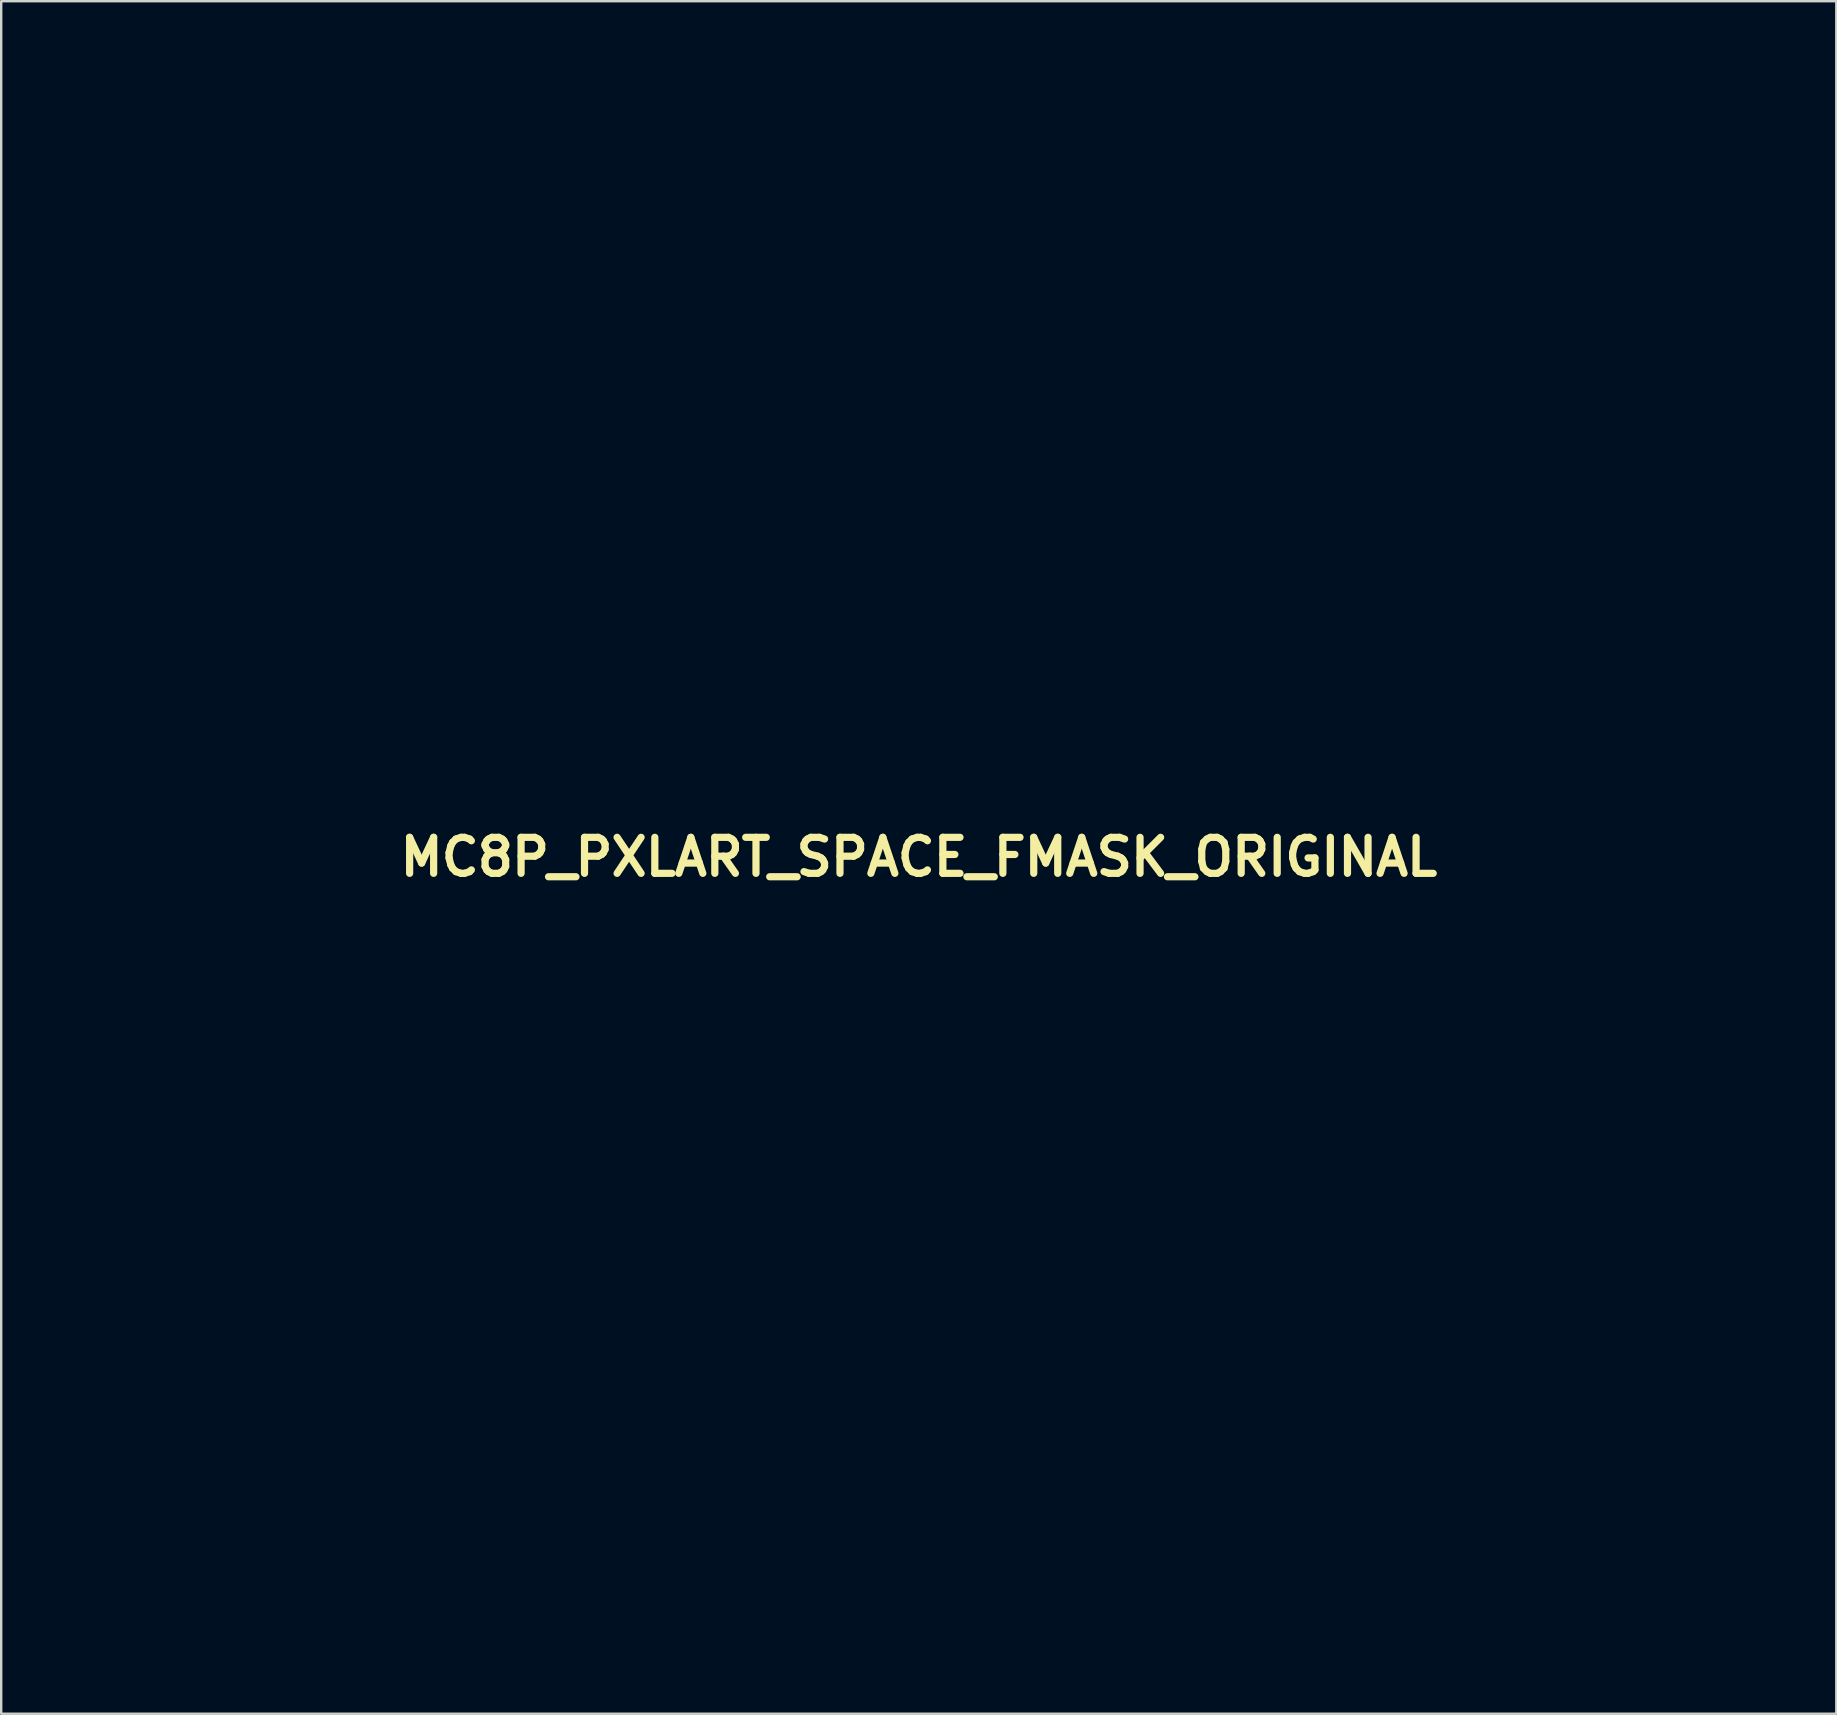
<source format=kicad_pcb>
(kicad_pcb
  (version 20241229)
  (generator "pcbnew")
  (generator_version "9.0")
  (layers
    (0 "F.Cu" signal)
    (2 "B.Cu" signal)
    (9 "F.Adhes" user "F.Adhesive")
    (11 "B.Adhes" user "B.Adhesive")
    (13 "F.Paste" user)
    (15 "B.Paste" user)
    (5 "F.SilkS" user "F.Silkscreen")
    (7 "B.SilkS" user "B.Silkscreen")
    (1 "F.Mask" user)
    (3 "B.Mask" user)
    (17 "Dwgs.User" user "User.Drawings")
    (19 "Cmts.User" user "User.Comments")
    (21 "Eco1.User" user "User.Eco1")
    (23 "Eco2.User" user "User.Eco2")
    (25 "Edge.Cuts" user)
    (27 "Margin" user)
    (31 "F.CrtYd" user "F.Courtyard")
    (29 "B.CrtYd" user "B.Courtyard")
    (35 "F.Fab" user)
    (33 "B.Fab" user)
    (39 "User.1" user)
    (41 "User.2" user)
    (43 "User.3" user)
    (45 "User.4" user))
  (footprint "MC8P_PXLART_SPACE_FMASK_ORIGINAL"
    (layer "F.Cu")
    (at 35.23 32.655)
    (property "Reference" "MC8P_PXLART_SPACE_FMASK_ORIGINAL" (at 0 0 0) (layer "F.SilkS") (effects (font (size 1.5 1.5) (thickness 0.3))))
    (attr board_only exclude_from_pos_files exclude_from_bom)
    (fp_poly (pts (xy -24.638 4.699) (xy -24.638 5.165) (xy -25.104 5.165) (xy -25.569 5.165) (xy -25.569 4.699) (xy -25.569 4.233) (xy -25.104 4.233) (xy -24.638 4.233)) (stroke (width 0) (type solid)) (fill yes) (layer "F.Mask"))
    (fp_poly (pts (xy -5.757 -26.374) (xy -5.757 -25.908) (xy -6.265 -25.908) (xy -6.773 -25.908) (xy -6.773 -26.374) (xy -6.773 -26.839) (xy -6.261 -26.839) (xy -5.757 -26.839)) (stroke (width 0) (type solid)) (fill yes) (layer "F.Mask"))
    (fp_poly (pts (xy -1.947 -26.374) (xy -1.947 -25.908) (xy -2.413 -25.908) (xy -2.879 -25.908) (xy -2.879 -26.374) (xy -2.879 -26.839) (xy -2.413 -26.839) (xy -1.947 -26.839)) (stroke (width 0) (type solid)) (fill yes) (layer "F.Mask"))
    (fp_poly (pts (xy -0.931 -17.653) (xy -0.931 -17.187) (xy -1.905 -17.187) (xy -2.879 -17.187) (xy -2.879 -17.653) (xy -2.879 -18.119) (xy -1.905 -18.119) (xy -0.931 -18.119)) (stroke (width 0) (type solid)) (fill yes) (layer "F.Mask"))
    (fp_poly (pts (xy 1.947 -14.309) (xy 1.947 -13.377) (xy 1.439 -13.377) (xy 0.931 -13.377) (xy 0.931 -14.309) (xy 0.931 -15.24) (xy 1.439 -15.24) (xy 1.947 -15.24)) (stroke (width 0) (type solid)) (fill yes) (layer "F.Mask"))
    (fp_poly (pts (xy 4.826 -28.321) (xy 4.826 -27.855) (xy 4.36 -27.855) (xy 3.895 -27.855) (xy 3.895 -28.321) (xy 3.895 -28.787) (xy 4.36 -28.787) (xy 4.826 -28.787)) (stroke (width 0) (type solid)) (fill yes) (layer "F.Mask"))
    (fp_poly (pts (xy 4.826 -22.521) (xy 4.826 -22.013) (xy 4.36 -22.013) (xy 3.895 -22.013) (xy 3.895 -22.521) (xy 3.895 -23.029) (xy 4.36 -23.029) (xy 4.826 -23.029)) (stroke (width 0) (type solid)) (fill yes) (layer "F.Mask"))
    (fp_poly (pts (xy 5.758 -17.674) (xy 5.757 -17.187) (xy 4.826 -17.187) (xy 3.895 -17.187) (xy 3.895 -17.648) (xy 3.895 -18.108) (xy 4.826 -18.135) (xy 5.758 -18.161)) (stroke (width 0) (type solid)) (fill yes) (layer "F.Mask"))
    (fp_poly (pts (xy 7.705 -25.4) (xy 7.705 -24.892) (xy 7.239 -24.892) (xy 6.773 -24.892) (xy 6.773 -25.4) (xy 6.773 -25.908) (xy 7.239 -25.908) (xy 7.705 -25.908)) (stroke (width 0) (type solid)) (fill yes) (layer "F.Mask"))
    (fp_poly (pts (xy 26.501 -20.616) (xy 26.501 -18.203) (xy 26.035 -18.203) (xy 25.569 -18.203) (xy 25.569 -20.624) (xy 25.569 -23.029) (xy 26.035 -23.029) (xy 26.501 -23.029)) (stroke (width 0) (type solid)) (fill yes) (layer "F.Mask"))
    (fp_poly (pts (xy -20.743 -23.499) (xy -20.743 -23.038) (xy -21.188 -23.013) (xy -21.632 -22.987) (xy -21.675 -22.521) (xy -21.717 -22.056) (xy -22.204 -22.03) (xy -22.691 -22.005) (xy -22.691 -22.983) (xy -22.691 -23.961) (xy -21.717 -23.961) (xy -20.743 -23.961)) (stroke (width 0) (type solid)) (fill yes) (layer "F.Mask"))
    (fp_poly (pts (xy -14.986 -19.135) (xy -14.986 -18.203) (xy -15.452 -18.203) (xy -15.917 -18.203) (xy -15.917 -17.695) (xy -15.917 -17.187) (xy -16.891 -17.187) (xy -17.865 -17.187) (xy -17.865 -18.627) (xy -17.865 -20.066) (xy -16.425 -20.066) (xy -14.986 -20.066)) (stroke (width 0) (type solid)) (fill yes) (layer "F.Mask"))
    (fp_poly (pts (xy 1.947 -25.404) (xy 1.947 -24.892) (xy 1.479 -24.892) (xy 1.16 -24.912) (xy 0.993 -24.972) (xy 0.966 -25.009) (xy 0.943 -25.163) (xy 0.942 -25.406) (xy 0.947 -25.496) (xy 0.974 -25.866) (xy 1.46 -25.891) (xy 1.947 -25.916)) (stroke (width 0) (type solid)) (fill yes) (layer "F.Mask"))
    (fp_poly (pts (xy 16.188 15.05) (xy 16.214 15.536) (xy 17.166 15.56) (xy 18.119 15.584) (xy 18.119 16.047) (xy 18.119 16.51) (xy 16.679 16.51) (xy 15.24 16.51) (xy 15.24 15.536) (xy 15.24 14.563) (xy 15.706 14.563) (xy 16.163 14.563)) (stroke (width 0) (type solid)) (fill yes) (layer "F.Mask"))
    (fp_poly (pts (xy 21.929 15.536) (xy 21.929 16.51) (xy 20.489 16.51) (xy 19.05 16.51) (xy 19.05 16.047) (xy 19.05 15.584) (xy 20.003 15.56) (xy 20.955 15.536) (xy 20.98 15.05) (xy 21.006 14.563) (xy 21.463 14.563) (xy 21.929 14.563)) (stroke (width 0) (type solid)) (fill yes) (layer "F.Mask"))
    (fp_poly (pts (xy -26.501 14.555) (xy -26.501 15.478) (xy -26.974 15.507) (xy -27.238 15.517) (xy -27.425 15.513) (xy -27.482 15.501) (xy -27.496 15.407) (xy -27.507 15.18) (xy -27.515 14.856) (xy -27.517 14.549) (xy -27.517 13.631) (xy -27.009 13.631) (xy -26.501 13.631)) (stroke (width 0) (type solid)) (fill yes) (layer "F.Mask"))
    (fp_poly (pts (xy 1.947 -21.04) (xy 1.947 -20.066) (xy 1.496 -20.066) (xy 1.232 -20.076) (xy 1.043 -20.101) (xy 0.988 -20.122) (xy 0.965 -20.225) (xy 0.946 -20.46) (xy 0.935 -20.79) (xy 0.931 -21.096) (xy 0.931 -22.013) (xy 1.439 -22.013) (xy 1.947 -22.013)) (stroke (width 0) (type solid)) (fill yes) (layer "F.Mask"))
    (fp_poly (pts (xy -5.74 -28.3) (xy -5.715 -27.813) (xy -5.271 -27.787) (xy -4.826 -27.762) (xy -4.826 -27.296) (xy -4.826 -26.839) (xy -5.292 -26.839) (xy -5.749 -26.839) (xy -5.774 -27.326) (xy -5.8 -27.813) (xy -6.752 -27.837) (xy -7.705 -27.861) (xy -7.705 -28.324) (xy -7.705 -28.787) (xy -6.731 -28.787) (xy -5.766 -28.787)) (stroke (width 0) (type solid)) (fill yes) (layer "F.Mask"))
    (fp_poly (pts (xy 17.865 -24.426) (xy 17.865 -23.961) (xy 16.891 -23.961) (xy 15.917 -23.961) (xy 15.917 -22.983) (xy 15.917 -22.013) (xy 15.452 -22.013) (xy 14.986 -22.013) (xy 14.986 -22.987) (xy 14.986 -23.961) (xy 15.452 -23.961) (xy 15.917 -23.961) (xy 15.917 -24.426) (xy 15.917 -24.892) (xy 16.891 -24.892) (xy 17.865 -24.892)) (stroke (width 0) (type solid)) (fill yes) (layer "F.Mask"))
    (fp_poly (pts (xy 18.796 -22.987) (xy 18.796 -22.013) (xy 18.33 -22.013) (xy 17.865 -22.013) (xy 17.865 -21.548) (xy 17.865 -21.082) (xy 16.891 -21.082) (xy 15.917 -21.082) (xy 15.917 -21.548) (xy 15.917 -22.005) (xy 16.404 -22.03) (xy 16.891 -22.056) (xy 16.899 -22.521) (xy 16.906 -22.987) (xy 17.386 -23.012) (xy 17.865 -23.038) (xy 17.865 -23.499) (xy 17.865 -23.961) (xy 18.33 -23.961) (xy 18.796 -23.961)) (stroke (width 0) (type solid)) (fill yes) (layer "F.Mask"))
    (fp_poly (pts (xy -0.931 -14.774) (xy -0.931 -14.309) (xy -0.466 -14.309) (xy 0 -14.309) (xy 0 -13.843) (xy 0 -13.377) (xy -0.466 -13.377) (xy -0.931 -13.377) (xy -0.931 -12.869) (xy -0.931 -12.361) (xy -1.439 -12.361) (xy -1.947 -12.361) (xy -1.947 -12.869) (xy -1.947 -13.377) (xy -2.413 -13.377) (xy -2.879 -13.377) (xy -2.879 -13.843) (xy -2.879 -14.309) (xy -2.413 -14.309) (xy -1.947 -14.309) (xy -1.947 -14.774) (xy -1.947 -15.24) (xy -1.439 -15.24) (xy -0.931 -15.24)) (stroke (width 0) (type solid)) (fill yes) (layer "F.Mask"))
    (fp_poly (pts (xy 4.826 -26.374) (xy 4.826 -25.908) (xy 5.292 -25.908) (xy 5.757 -25.908) (xy 5.757 -25.4) (xy 5.757 -24.892) (xy 5.292 -24.892) (xy 4.826 -24.892) (xy 4.826 -24.426) (xy 4.826 -23.961) (xy 4.36 -23.961) (xy 3.895 -23.961) (xy 3.895 -24.426) (xy 3.895 -24.892) (xy 3.387 -24.892) (xy 2.879 -24.892) (xy 2.879 -25.4) (xy 2.879 -25.908) (xy 3.387 -25.908) (xy 3.895 -25.908) (xy 3.895 -26.374) (xy 3.895 -26.839) (xy 4.36 -26.839) (xy 4.826 -26.839)) (stroke (width 0) (type solid)) (fill yes) (layer "F.Mask"))
    (fp_poly (pts (xy 28.465 15.05) (xy 28.49 15.536) (xy 28.96 15.579) (xy 29.43 15.621) (xy 29.453 16.066) (xy 29.477 16.51) (xy 28.967 16.51) (xy 28.456 16.51) (xy 28.431 16.023) (xy 28.406 15.536) (xy 27.982 15.536) (xy 27.559 15.536) (xy 27.534 16.023) (xy 27.508 16.51) (xy 27.004 16.51) (xy 26.501 16.51) (xy 26.501 16.049) (xy 26.501 15.587) (xy 26.988 15.562) (xy 27.474 15.536) (xy 27.5 15.05) (xy 27.525 14.563) (xy 27.987 14.563) (xy 28.44 14.563)) (stroke (width 0) (type solid)) (fill yes) (layer "F.Mask"))
    (fp_poly (pts (xy 34.29 15.071) (xy 34.29 15.579) (xy 34.756 15.579) (xy 35.221 15.579) (xy 35.221 16.044) (xy 35.221 16.51) (xy 34.76 16.51) (xy 34.298 16.51) (xy 34.273 16.023) (xy 34.248 15.536) (xy 33.782 15.536) (xy 33.316 15.536) (xy 33.291 16.023) (xy 33.266 16.51) (xy 32.804 16.51) (xy 32.343 16.51) (xy 32.343 16.049) (xy 32.343 15.588) (xy 32.787 15.562) (xy 33.232 15.536) (xy 33.257 15.05) (xy 33.282 14.563) (xy 33.782 14.563) (xy 34.29 14.563)) (stroke (width 0) (type solid)) (fill yes) (layer "F.Mask"))
    (fp_poly (pts (xy -3.895 -31.187) (xy -3.895 -29.718) (xy -4.36 -29.718) (xy -4.826 -29.718) (xy -4.826 -29.252) (xy -4.826 -28.787) (xy -5.296 -28.787) (xy -5.757 -28.787) (xy -5.757 -29.248) (xy -5.757 -29.71) (xy -6.244 -29.735) (xy -6.731 -29.76) (xy -6.731 -30.226) (xy -6.731 -30.692) (xy -6.265 -30.692) (xy -5.8 -30.692) (xy -5.774 -30.205) (xy -5.749 -29.718) (xy -5.287 -29.718) (xy -4.826 -29.718) (xy -4.826 -31.157) (xy -4.825 -31.684) (xy -4.819 -32.065) (xy -4.807 -32.324) (xy -4.785 -32.483) (xy -4.753 -32.567) (xy -4.706 -32.598) (xy -4.678 -32.602) (xy -4.496 -32.611) (xy -4.245 -32.628) (xy -4.212 -32.631) (xy -3.895 -32.655)) (stroke (width 0) (type solid)) (fill yes) (layer "F.Mask"))
    (fp_poly (pts (xy -9.652 -10.922) (xy -9.652 -10.414) (xy -9.165 -10.414) (xy -8.678 -10.414) (xy -8.707 -9.948) (xy -8.736 -9.483) (xy -9.194 -9.483) (xy -9.652 -9.483) (xy -9.652 -9.017) (xy -9.652 -8.551) (xy -10.118 -8.551) (xy -10.583 -8.551) (xy -10.583 -9.017) (xy -10.583 -9.483) (xy -11.091 -9.483) (xy -11.599 -9.483) (xy -11.599 -9.944) (xy -11.599 -9.948) (xy -10.583 -9.948) (xy -10.583 -9.483) (xy -10.118 -9.483) (xy -9.652 -9.483) (xy -9.652 -9.948) (xy -9.652 -10.414) (xy -10.118 -10.414) (xy -10.583 -10.414) (xy -10.583 -9.948) (xy -11.599 -9.948) (xy -11.599 -10.406) (xy -11.113 -10.431) (xy -10.626 -10.456) (xy -10.6 -10.943) (xy -10.575 -11.43) (xy -10.113 -11.43) (xy -9.652 -11.43)) (stroke (width 0) (type solid)) (fill yes) (layer "F.Mask"))
    (fp_poly (pts (xy 1.947 -18.627) (xy 1.947 -18.119) (xy 2.413 -18.119) (xy 2.879 -18.119) (xy 2.879 -17.653) (xy 2.879 -17.187) (xy 2.413 -17.187) (xy 1.956 -17.187) (xy 1.93 -17.674) (xy 1.905 -18.161) (xy 1.439 -18.161) (xy 0.974 -18.161) (xy 0.947 -17.791) (xy 0.937 -17.479) (xy 0.985 -17.297) (xy 1.122 -17.212) (xy 1.38 -17.188) (xy 1.483 -17.187) (xy 1.947 -17.187) (xy 1.947 -16.722) (xy 1.947 -16.256) (xy 1.439 -16.256) (xy 0.931 -16.256) (xy 0.931 -16.722) (xy 0.931 -17.187) (xy 0.466 -17.187) (xy 0 -17.187) (xy 0 -17.653) (xy 0 -18.119) (xy 0.466 -18.119) (xy 0.931 -18.119) (xy 0.931 -18.627) (xy 0.931 -19.135) (xy 1.439 -19.135) (xy 1.947 -19.135)) (stroke (width 0) (type solid)) (fill yes) (layer "F.Mask"))
    (fp_poly (pts (xy 22.691 -20.574) (xy 22.691 -20.066) (xy 21.251 -20.066) (xy 19.812 -20.066) (xy 19.812 -18.627) (xy 19.812 -17.187) (xy 20.739 -17.187) (xy 21.666 -17.187) (xy 21.692 -17.67) (xy 21.717 -18.152) (xy 22.204 -18.129) (xy 22.691 -18.106) (xy 22.691 -19.086) (xy 22.691 -20.066) (xy 23.156 -20.066) (xy 23.622 -20.066) (xy 23.622 -18.627) (xy 23.622 -17.187) (xy 23.156 -17.187) (xy 22.691 -17.187) (xy 22.691 -16.722) (xy 22.691 -16.256) (xy 21.251 -16.256) (xy 19.812 -16.256) (xy 19.812 -16.722) (xy 19.812 -17.187) (xy 19.304 -17.187) (xy 18.796 -17.187) (xy 18.796 -18.622) (xy 18.796 -20.058) (xy 19.283 -20.083) (xy 19.77 -20.108) (xy 19.795 -20.595) (xy 19.82 -21.082) (xy 21.256 -21.082) (xy 22.691 -21.082)) (stroke (width 0) (type solid)) (fill yes) (layer "F.Mask"))
    (fp_poly (pts (xy -1.947 -30.226) (xy -1.947 -29.718) (xy -2.413 -29.718) (xy -2.879 -29.718) (xy -2.879 -29.252) (xy -2.879 -28.787) (xy -1.905 -28.787) (xy -0.931 -28.787) (xy -0.931 -28.321) (xy -0.931 -27.855) (xy -1.905 -27.855) (xy -2.879 -27.855) (xy -2.879 -27.347) (xy -2.879 -26.839) (xy -3.387 -26.839) (xy -3.895 -26.839) (xy -3.895 -25.4) (xy -3.895 -23.961) (xy -4.36 -23.961) (xy -4.826 -23.961) (xy -4.826 -25.4) (xy -4.826 -26.831) (xy -4.339 -26.856) (xy -3.852 -26.882) (xy -3.852 -27.305) (xy -3.852 -27.728) (xy -3.387 -27.771) (xy -2.921 -27.813) (xy -2.896 -28.3) (xy -2.87 -28.787) (xy -3.361 -28.787) (xy -3.852 -28.786) (xy -3.823 -29.252) (xy -3.794 -29.718) (xy -3.336 -29.718) (xy -2.879 -29.718) (xy -2.879 -30.226) (xy -2.879 -30.734) (xy -2.413 -30.734) (xy -1.947 -30.734)) (stroke (width 0) (type solid)) (fill yes) (layer "F.Mask"))
    (fp_poly (pts (xy 15.198 11.197) (xy 15.198 11.642) (xy 15.684 11.667) (xy 16.171 11.692) (xy 16.171 11.223) (xy 16.171 10.753) (xy 18.584 10.753) (xy 20.997 10.753) (xy 20.997 11.218) (xy 20.997 11.684) (xy 21.463 11.684) (xy 21.929 11.684) (xy 21.929 11.218) (xy 21.929 10.753) (xy 22.437 10.753) (xy 22.945 10.753) (xy 22.945 11.218) (xy 22.945 11.684) (xy 22.437 11.684) (xy 21.929 11.684) (xy 21.929 12.658) (xy 21.929 13.631) (xy 21.463 13.631) (xy 20.997 13.631) (xy 20.997 14.097) (xy 20.997 14.563) (xy 18.584 14.563) (xy 16.171 14.563) (xy 16.171 14.097) (xy 16.171 13.631) (xy 15.708 13.631) (xy 15.246 13.631) (xy 15.222 12.679) (xy 15.221 12.658) (xy 17.103 12.658) (xy 17.103 13.631) (xy 17.611 13.631) (xy 18.119 13.631) (xy 18.119 12.658) (xy 18.119 12.15) (xy 19.05 12.15) (xy 19.05 12.615) (xy 19.558 12.615) (xy 20.066 12.615) (xy 20.066 12.15) (xy 20.066 11.684) (xy 19.558 11.684) (xy 19.05 11.684) (xy 19.05 12.15) (xy 18.119 12.15) (xy 18.119 11.684) (xy 17.611 11.684) (xy 17.103 11.684) (xy 17.103 12.658) (xy 15.221 12.658) (xy 15.198 11.726) (xy 14.711 11.701) (xy 14.224 11.676) (xy 14.224 11.214) (xy 14.224 10.753) (xy 14.711 10.753) (xy 15.198 10.752)) (stroke (width 0) (type solid)) (fill yes) (layer "F.Mask"))
    (fp_poly (pts (xy 28.465 10.223) (xy 28.49 10.71) (xy 30.882 10.733) (xy 33.274 10.755) (xy 33.274 10.246) (xy 33.274 9.737) (xy 33.782 9.737) (xy 34.29 9.737) (xy 34.29 10.251) (xy 34.29 10.765) (xy 33.803 10.742) (xy 33.316 10.719) (xy 33.291 11.202) (xy 33.266 11.684) (xy 33.778 11.684) (xy 34.29 11.684) (xy 34.29 12.658) (xy 34.29 13.631) (xy 33.782 13.631) (xy 33.274 13.631) (xy 33.274 14.097) (xy 33.274 14.563) (xy 30.861 14.563) (xy 28.448 14.563) (xy 28.448 14.097) (xy 28.448 13.631) (xy 27.982 13.631) (xy 27.517 13.631) (xy 27.517 12.658) (xy 29.464 12.658) (xy 29.464 13.631) (xy 29.93 13.631) (xy 30.395 13.631) (xy 30.395 12.658) (xy 30.395 12.601) (xy 31.327 12.601) (xy 31.332 12.98) (xy 31.345 13.293) (xy 31.364 13.505) (xy 31.383 13.575) (xy 31.493 13.607) (xy 31.715 13.627) (xy 31.891 13.631) (xy 32.343 13.631) (xy 32.343 12.658) (xy 32.343 11.684) (xy 31.835 11.684) (xy 31.327 11.684) (xy 31.327 12.601) (xy 30.395 12.601) (xy 30.395 11.684) (xy 29.93 11.684) (xy 29.464 11.684) (xy 29.464 12.658) (xy 27.517 12.658) (xy 27.517 11.684) (xy 27.987 11.684) (xy 28.456 11.684) (xy 28.431 11.201) (xy 28.406 10.717) (xy 27.961 10.741) (xy 27.517 10.765) (xy 27.517 10.251) (xy 27.517 9.737) (xy 27.978 9.737) (xy 28.44 9.737)) (stroke (width 0) (type solid)) (fill yes) (layer "F.Mask"))
    (fp_poly (pts (xy 6.773 11.218) (xy 6.773 11.684) (xy 7.239 11.684) (xy 7.705 11.684) (xy 7.705 12.15) (xy 7.705 12.615) (xy 8.678 12.615) (xy 9.652 12.615) (xy 9.652 12.15) (xy 9.652 11.684) (xy 10.118 11.684) (xy 10.583 11.684) (xy 10.583 12.658) (xy 10.583 13.631) (xy 10.118 13.631) (xy 9.652 13.631) (xy 9.652 14.097) (xy 9.652 14.563) (xy 9.186 14.563) (xy 8.721 14.563) (xy 8.721 15.536) (xy 8.721 16.51) (xy 7.747 16.51) (xy 6.773 16.51) (xy 6.773 16.044) (xy 6.773 15.579) (xy 7.239 15.579) (xy 7.705 15.579) (xy 7.705 15.068) (xy 7.705 14.557) (xy 6.752 14.581) (xy 5.8 14.605) (xy 5.776 15.557) (xy 5.752 16.51) (xy 4.823 16.51) (xy 3.895 16.51) (xy 3.895 16.044) (xy 3.895 15.579) (xy 4.36 15.579) (xy 4.826 15.579) (xy 4.826 15.071) (xy 4.826 14.563) (xy 3.852 14.563) (xy 2.879 14.563) (xy 2.879 14.097) (xy 2.879 13.631) (xy 3.852 13.631) (xy 4.826 13.631) (xy 4.826 13.123) (xy 4.826 12.624) (xy 5.313 12.598) (xy 5.8 12.573) (xy 5.8 12.15) (xy 5.8 11.726) (xy 5.313 11.701) (xy 4.826 11.676) (xy 4.826 12.15) (xy 4.826 12.615) (xy 3.387 12.615) (xy 1.947 12.615) (xy 1.947 12.15) (xy 1.947 11.684) (xy 2.921 11.684) (xy 3.895 11.684) (xy 3.895 11.218) (xy 3.895 10.753) (xy 5.334 10.753) (xy 6.773 10.753)) (stroke (width 0) (type solid)) (fill yes) (layer "F.Mask"))
    (fp_poly (pts (xy -13.039 21.542) (xy -13.039 22.002) (xy -12.129 22.029) (xy -11.723 22.036) (xy -11.202 22.04) (xy -10.619 22.038) (xy -10.027 22.033) (xy -9.716 22.028) (xy -8.213 22) (xy -8.213 21.541) (xy -8.213 21.082) (xy -7.747 21.082) (xy -7.281 21.082) (xy -7.281 21.543) (xy -7.281 22.004) (xy -7.726 22.03) (xy -8.17 22.056) (xy -8.193 23.516) (xy -8.217 24.977) (xy -8.68 24.977) (xy -9.144 24.977) (xy -9.144 25.442) (xy -9.144 25.908) (xy -8.213 25.908) (xy -7.281 25.908) (xy -7.281 27.855) (xy -7.281 29.803) (xy -7.747 29.803) (xy -8.213 29.803) (xy -8.213 28.829) (xy -8.213 27.855) (xy -8.678 27.855) (xy -9.144 27.855) (xy -9.144 30.273) (xy -9.144 32.69) (xy -9.631 32.664) (xy -10.118 32.639) (xy -10.141 31.221) (xy -10.164 29.803) (xy -10.628 29.803) (xy -11.091 29.803) (xy -11.091 31.242) (xy -11.091 32.681) (xy -11.557 32.681) (xy -12.023 32.681) (xy -12.023 30.268) (xy -12.023 27.855) (xy -12.531 27.855) (xy -13.039 27.855) (xy -13.039 28.829) (xy -13.039 29.803) (xy -13.504 29.803) (xy -13.97 29.803) (xy -13.97 27.855) (xy -13.97 25.908) (xy -12.996 25.908) (xy -12.023 25.908) (xy -12.023 25.442) (xy -12.023 24.977) (xy -12.529 24.977) (xy -13.035 24.977) (xy -13.058 23.516) (xy -13.058 23.495) (xy -12.023 23.495) (xy -12.023 23.961) (xy -10.583 23.961) (xy -9.144 23.961) (xy -9.144 23.495) (xy -9.144 23.029) (xy -10.583 23.029) (xy -12.023 23.029) (xy -12.023 23.495) (xy -13.058 23.495) (xy -13.081 22.056) (xy -13.525 22.03) (xy -13.97 22.004) (xy -13.97 21.543) (xy -13.97 21.082) (xy -13.504 21.082) (xy -13.039 21.082)) (stroke (width 0) (type solid)) (fill yes) (layer "F.Mask"))
    (fp_poly (pts (xy 32.343 22.056) (xy 32.343 23.029) (xy 32.808 23.029) (xy 33.274 23.029) (xy 33.274 25.908) (xy 33.274 28.787) (xy 33.782 28.787) (xy 34.29 28.787) (xy 34.29 29.295) (xy 34.29 29.803) (xy 34.756 29.803) (xy 35.221 29.803) (xy 35.221 31.242) (xy 35.221 32.681) (xy 34.76 32.681) (xy 34.298 32.681) (xy 34.273 32.194) (xy 34.248 31.708) (xy 33.761 31.682) (xy 33.274 31.657) (xy 33.274 31.195) (xy 33.274 30.734) (xy 32.808 30.734) (xy 32.343 30.734) (xy 32.343 31.712) (xy 32.343 32.69) (xy 31.856 32.664) (xy 31.369 32.639) (xy 31.345 31.686) (xy 31.321 30.734) (xy 30.858 30.734) (xy 30.395 30.734) (xy 30.395 31.2) (xy 30.395 31.665) (xy 29.93 31.665) (xy 29.464 31.665) (xy 29.464 32.173) (xy 29.464 32.681) (xy 28.956 32.681) (xy 28.448 32.681) (xy 28.448 31.246) (xy 28.448 29.811) (xy 28.935 29.786) (xy 29.422 29.76) (xy 29.447 29.273) (xy 29.472 28.787) (xy 29.934 28.787) (xy 30.395 28.787) (xy 30.395 27.564) (xy 31.333 27.564) (xy 31.38 27.745) (xy 31.517 27.83) (xy 31.775 27.855) (xy 31.879 27.855) (xy 32.351 27.855) (xy 32.326 27.369) (xy 32.3 26.882) (xy 31.835 26.882) (xy 31.369 26.882) (xy 31.342 27.251) (xy 31.333 27.564) (xy 30.395 27.564) (xy 30.395 25.908) (xy 30.395 25.442) (xy 31.327 25.442) (xy 31.327 25.908) (xy 31.835 25.908) (xy 32.343 25.908) (xy 32.343 25.442) (xy 32.343 24.977) (xy 31.835 24.977) (xy 31.327 24.977) (xy 31.327 25.442) (xy 30.395 25.442) (xy 30.395 23.029) (xy 30.861 23.029) (xy 31.327 23.029) (xy 31.327 22.056) (xy 31.327 21.082) (xy 31.835 21.082) (xy 32.343 21.082)) (stroke (width 0) (type solid)) (fill yes) (layer "F.Mask"))
    (fp_poly (pts (xy -19.812 21.543) (xy -19.812 22.005) (xy -19.325 22.03) (xy -18.838 22.056) (xy -18.815 23.516) (xy -18.792 24.977) (xy -19.302 24.977) (xy -19.812 24.977) (xy -19.812 25.442) (xy -19.812 25.908) (xy -18.838 25.908) (xy -17.865 25.908) (xy -17.865 27.855) (xy -17.865 29.803) (xy -18.33 29.803) (xy -18.796 29.803) (xy -18.796 28.829) (xy -18.796 27.855) (xy -19.304 27.855) (xy -19.812 27.855) (xy -19.812 29.756) (xy -19.812 31.657) (xy -19.325 31.682) (xy -18.838 31.708) (xy -18.813 32.194) (xy -18.788 32.681) (xy -19.765 32.681) (xy -20.743 32.681) (xy -20.743 31.242) (xy -20.743 29.803) (xy -21.207 29.803) (xy -21.671 29.803) (xy -21.694 31.221) (xy -21.717 32.639) (xy -22.669 32.663) (xy -23.622 32.687) (xy -23.622 32.176) (xy -23.622 31.665) (xy -23.156 31.665) (xy -22.691 31.665) (xy -22.691 29.76) (xy -22.691 27.855) (xy -23.154 27.855) (xy -23.616 27.855) (xy -23.64 28.808) (xy -23.664 29.76) (xy -24.13 29.76) (xy -24.596 29.76) (xy -24.618 27.834) (xy -24.641 25.908) (xy -23.666 25.908) (xy -22.691 25.908) (xy -22.691 25.442) (xy -22.691 24.977) (xy -23.156 24.977) (xy -23.622 24.977) (xy -23.622 23.495) (xy -22.691 23.495) (xy -22.691 23.961) (xy -22.183 23.961) (xy -21.675 23.961) (xy -21.675 23.495) (xy -20.743 23.495) (xy -20.743 23.961) (xy -20.278 23.961) (xy -19.812 23.961) (xy -19.812 23.495) (xy -19.812 23.029) (xy -20.278 23.029) (xy -20.743 23.029) (xy -20.743 23.495) (xy -21.675 23.495) (xy -21.675 23.029) (xy -22.183 23.029) (xy -22.691 23.029) (xy -22.691 23.495) (xy -23.622 23.495) (xy -23.622 22.013) (xy -23.156 22.013) (xy -22.691 22.013) (xy -22.691 21.548) (xy -22.691 21.082) (xy -21.251 21.082) (xy -19.812 21.082)) (stroke (width 0) (type solid)) (fill yes) (layer "F.Mask"))
    (fp_poly (pts (xy -32.343 21.548) (xy -32.343 22.013) (xy -31.835 22.013) (xy -31.327 22.013) (xy -31.327 21.548) (xy -31.327 21.082) (xy -30.861 21.082) (xy -30.395 21.082) (xy -30.395 21.548) (xy -30.395 22.013) (xy -29.93 22.013) (xy -29.464 22.013) (xy -29.464 23.495) (xy -29.464 24.977) (xy -29.93 24.977) (xy -30.395 24.977) (xy -30.395 25.442) (xy -30.395 25.908) (xy -29.42 25.908) (xy -28.445 25.908) (xy -28.468 27.834) (xy -28.49 29.76) (xy -28.945 29.76) (xy -29.4 29.76) (xy -29.385 28.808) (xy -29.37 27.855) (xy -29.883 27.855) (xy -30.395 27.855) (xy -30.395 29.76) (xy -30.395 31.665) (xy -29.93 31.665) (xy -29.464 31.665) (xy -29.464 32.173) (xy -29.464 32.681) (xy -30.395 32.681) (xy -31.327 32.681) (xy -31.327 31.242) (xy -31.327 29.803) (xy -31.835 29.803) (xy -32.343 29.803) (xy -32.343 31.242) (xy -32.343 32.681) (xy -33.277 32.681) (xy -33.712 32.676) (xy -34.003 32.659) (xy -34.174 32.626) (xy -34.25 32.575) (xy -34.256 32.564) (xy -34.278 32.411) (xy -34.279 32.168) (xy -34.274 32.077) (xy -34.248 31.708) (xy -33.761 31.682) (xy -33.274 31.657) (xy -33.274 29.756) (xy -33.274 27.855) (xy -33.782 27.855) (xy -34.29 27.855) (xy -34.29 28.829) (xy -34.29 29.803) (xy -34.756 29.803) (xy -35.221 29.803) (xy -35.221 27.855) (xy -35.221 25.908) (xy -34.248 25.908) (xy -33.274 25.908) (xy -33.274 25.447) (xy -33.274 24.985) (xy -33.761 24.96) (xy -34.248 24.934) (xy -34.248 23.495) (xy -32.343 23.495) (xy -32.343 23.961) (xy -31.835 23.961) (xy -31.327 23.961) (xy -31.327 23.495) (xy -31.327 23.029) (xy -31.835 23.029) (xy -32.343 23.029) (xy -32.343 23.495) (xy -34.248 23.495) (xy -34.248 22.056) (xy -33.761 22.03) (xy -33.274 22.005) (xy -33.274 21.543) (xy -33.274 21.082) (xy -32.808 21.082) (xy -32.343 21.082)) (stroke (width 0) (type solid)) (fill yes) (layer "F.Mask"))
    (fp_poly (pts (xy 21.675 22.056) (xy 21.675 23.029) (xy 22.183 23.029) (xy 22.691 23.029) (xy 22.691 23.495) (xy 22.691 23.961) (xy 23.155 23.961) (xy 23.62 23.961) (xy 23.642 26.86) (xy 23.664 29.76) (xy 24.151 29.786) (xy 24.638 29.811) (xy 24.638 31.246) (xy 24.638 32.681) (xy 24.13 32.681) (xy 23.622 32.681) (xy 23.622 32.173) (xy 23.622 31.665) (xy 23.156 31.665) (xy 22.691 31.665) (xy 22.691 31.2) (xy 22.691 30.734) (xy 22.183 30.734) (xy 21.675 30.734) (xy 21.675 31.708) (xy 21.675 32.681) (xy 21.209 32.681) (xy 20.743 32.681) (xy 20.743 31.708) (xy 20.743 30.734) (xy 20.278 30.734) (xy 19.812 30.734) (xy 19.812 31.195) (xy 19.812 31.657) (xy 19.325 31.682) (xy 18.838 31.708) (xy 18.813 32.194) (xy 18.788 32.681) (xy 18.326 32.681) (xy 17.865 32.681) (xy 17.865 31.242) (xy 17.865 29.803) (xy 18.33 29.803) (xy 18.796 29.803) (xy 18.796 29.297) (xy 19.812 29.297) (xy 19.812 29.807) (xy 21.23 29.784) (xy 22.648 29.76) (xy 22.674 29.273) (xy 22.699 28.787) (xy 21.256 28.787) (xy 19.812 28.787) (xy 19.812 29.297) (xy 18.796 29.297) (xy 18.796 27.345) (xy 19.812 27.345) (xy 19.812 27.855) (xy 21.256 27.855) (xy 22.699 27.855) (xy 22.674 27.369) (xy 22.648 26.882) (xy 21.23 26.858) (xy 19.812 26.835) (xy 19.812 27.345) (xy 18.796 27.345) (xy 18.796 26.882) (xy 18.796 25.442) (xy 19.812 25.442) (xy 19.812 25.908) (xy 21.251 25.908) (xy 22.691 25.908) (xy 22.691 25.442) (xy 22.691 24.977) (xy 21.251 24.977) (xy 19.812 24.977) (xy 19.812 25.442) (xy 18.796 25.442) (xy 18.796 23.961) (xy 19.304 23.961) (xy 19.812 23.961) (xy 19.812 23.495) (xy 19.812 23.029) (xy 20.278 23.029) (xy 20.743 23.029) (xy 20.743 22.056) (xy 20.743 21.082) (xy 21.209 21.082) (xy 21.675 21.082)) (stroke (width 0) (type solid)) (fill yes) (layer "F.Mask"))
    (fp_poly (pts (xy 13.018 -1.592) (xy 13.504 -1.566) (xy 13.517 -0.635) (xy 13.53 0.296) (xy 14.004 0.322) (xy 14.478 0.347) (xy 14.478 -0.123) (xy 14.478 -0.593) (xy 14.944 -0.593) (xy 15.409 -0.593) (xy 15.409 -0.127) (xy 15.409 0.339) (xy 15.917 0.339) (xy 16.425 0.339) (xy 16.425 -0.635) (xy 16.425 -1.609) (xy 16.891 -1.609) (xy 17.357 -1.609) (xy 17.357 -1.101) (xy 17.357 -0.593) (xy 17.865 -0.593) (xy 18.373 -0.593) (xy 18.373 -0.127) (xy 18.373 0.339) (xy 18.834 0.339) (xy 19.296 0.339) (xy 19.321 0.822) (xy 19.346 1.305) (xy 19.791 1.281) (xy 20.235 1.257) (xy 20.235 1.772) (xy 20.235 2.286) (xy 19.304 2.286) (xy 18.373 2.286) (xy 18.373 2.747) (xy 18.373 3.209) (xy 17.886 3.234) (xy 17.399 3.26) (xy 17.374 3.747) (xy 17.348 4.233) (xy 16.891 4.233) (xy 16.434 4.233) (xy 16.408 3.747) (xy 16.383 3.26) (xy 15.896 3.234) (xy 15.409 3.209) (xy 15.409 4.187) (xy 15.409 5.165) (xy 14.944 5.165) (xy 14.478 5.165) (xy 14.478 4.191) (xy 14.478 3.217) (xy 14.012 3.217) (xy 13.547 3.217) (xy 13.537 3.577) (xy 13.528 3.833) (xy 13.518 4.029) (xy 13.516 4.064) (xy 13.457 4.144) (xy 13.279 4.193) (xy 13.018 4.216) (xy 12.531 4.242) (xy 12.531 3.73) (xy 12.531 3.217) (xy 12.065 3.217) (xy 11.599 3.217) (xy 11.599 2.752) (xy 11.599 2.286) (xy 10.626 2.286) (xy 9.652 2.286) (xy 9.652 1.778) (xy 14.478 1.778) (xy 14.478 2.286) (xy 14.944 2.286) (xy 15.409 2.286) (xy 15.409 1.778) (xy 15.409 1.27) (xy 14.944 1.27) (xy 14.478 1.27) (xy 14.478 1.778) (xy 9.652 1.778) (xy 9.652 1.27) (xy 10.118 1.27) (xy 10.583 1.27) (xy 10.583 0.804) (xy 10.583 0.339) (xy 11.091 0.339) (xy 11.599 0.339) (xy 11.599 -0.127) (xy 11.599 -0.593) (xy 12.065 -0.593) (xy 12.531 -0.593) (xy 12.531 -1.105) (xy 12.531 -1.617)) (stroke (width 0) (type solid)) (fill yes) (layer "F.Mask"))
    (fp_poly (pts (xy 1.439 21.548) (xy 1.439 22.013) (xy 1.905 22.013) (xy 2.371 22.013) (xy 2.371 23.495) (xy 2.371 24.977) (xy 1.905 24.977) (xy 1.439 24.977) (xy 1.439 25.442) (xy 1.439 25.908) (xy 2.413 25.908) (xy 3.387 25.908) (xy 3.387 27.86) (xy 3.387 29.811) (xy 2.91 29.786) (xy 2.434 29.76) (xy 2.449 28.808) (xy 2.465 27.855) (xy 1.952 27.855) (xy 1.439 27.855) (xy 1.439 29.76) (xy 1.439 31.665) (xy 1.672 31.678) (xy 1.949 31.681) (xy 2.138 31.673) (xy 2.266 31.67) (xy 2.336 31.714) (xy 2.365 31.842) (xy 2.371 32.092) (xy 2.371 32.168) (xy 2.371 32.681) (xy 1.439 32.681) (xy 0.508 32.681) (xy 0.508 31.242) (xy 0.508 29.803) (xy 0 29.803) (xy -0.508 29.803) (xy -0.508 31.242) (xy -0.508 32.681) (xy -1.439 32.681) (xy -2.371 32.681) (xy -2.371 32.173) (xy -2.371 31.665) (xy -1.905 31.665) (xy -1.439 31.665) (xy -1.439 29.756) (xy -1.439 27.847) (xy -1.926 27.872) (xy -2.413 27.898) (xy -2.426 28.829) (xy -2.438 29.76) (xy -2.912 29.786) (xy -3.387 29.811) (xy -3.387 27.86) (xy -3.387 25.908) (xy -2.413 25.908) (xy -1.439 25.908) (xy -1.439 25.442) (xy -1.439 24.977) (xy -1.905 24.977) (xy -2.371 24.977) (xy -2.371 23.495) (xy -1.439 23.495) (xy -1.439 23.961) (xy -0.974 23.961) (xy -0.508 23.961) (xy -0.508 24.412) (xy -0.498 24.677) (xy -0.471 24.867) (xy -0.448 24.924) (xy -0.335 24.954) (xy -0.113 24.964) (xy 0.039 24.959) (xy 0.466 24.934) (xy 0.491 24.448) (xy 0.516 23.961) (xy 0.978 23.961) (xy 1.439 23.961) (xy 1.439 23.495) (xy 1.439 23.029) (xy 0.974 23.029) (xy 0.508 23.029) (xy 0.508 23.495) (xy 0.508 23.961) (xy 0 23.961) (xy -0.508 23.961) (xy -0.508 23.495) (xy -0.508 23.029) (xy -0.974 23.029) (xy -1.439 23.029) (xy -1.439 23.495) (xy -2.371 23.495) (xy -2.371 22.013) (xy -1.905 22.013) (xy -1.439 22.013) (xy -1.439 21.548) (xy -1.439 21.082) (xy 0 21.082) (xy 1.439 21.082)) (stroke (width 0) (type solid)) (fill yes) (layer "F.Mask"))
    (fp_poly (pts (xy -32.343 10.245) (xy -32.343 10.753) (xy -31.835 10.753) (xy -31.327 10.753) (xy -31.327 11.218) (xy -31.327 11.684) (xy -30.861 11.684) (xy -30.395 11.684) (xy -30.395 11.223) (xy -30.395 10.761) (xy -29.909 10.736) (xy -29.422 10.71) (xy -29.396 10.223) (xy -29.371 9.737) (xy -28.909 9.737) (xy -28.448 9.737) (xy -28.448 10.245) (xy -28.448 10.753) (xy -28.956 10.753) (xy -29.464 10.753) (xy -29.464 11.218) (xy -29.464 11.684) (xy -28.956 11.684) (xy -28.448 11.684) (xy -28.448 12.15) (xy -28.448 12.615) (xy -27.982 12.615) (xy -27.517 12.615) (xy -27.517 13.123) (xy -27.517 13.631) (xy -27.982 13.631) (xy -28.448 13.631) (xy -28.448 14.093) (xy -28.448 14.554) (xy -28.935 14.58) (xy -29.422 14.605) (xy -29.446 15.557) (xy -29.47 16.51) (xy -29.932 16.51) (xy -30.395 16.51) (xy -30.395 15.536) (xy -30.395 14.563) (xy -30.861 14.563) (xy -31.327 14.563) (xy -31.327 15.536) (xy -31.327 16.51) (xy -31.835 16.51) (xy -32.343 16.51) (xy -32.343 15.536) (xy -32.343 14.563) (xy -32.808 14.563) (xy -33.274 14.563) (xy -33.274 14.097) (xy -33.274 13.631) (xy -33.782 13.631) (xy -34.29 13.631) (xy -34.29 14.584) (xy -34.29 15.536) (xy -34.756 15.507) (xy -35.221 15.478) (xy -35.221 14.555) (xy -35.221 13.631) (xy -34.76 13.631) (xy -34.298 13.631) (xy -34.273 13.145) (xy -34.272 13.123) (xy -32.343 13.123) (xy -32.343 13.64) (xy -31.856 13.614) (xy -31.369 13.589) (xy -31.369 13.123) (xy -30.395 13.123) (xy -30.395 13.64) (xy -29.909 13.614) (xy -29.422 13.589) (xy -29.422 13.123) (xy -29.422 12.658) (xy -29.909 12.632) (xy -30.395 12.607) (xy -30.395 13.123) (xy -31.369 13.123) (xy -31.369 12.658) (xy -31.856 12.632) (xy -32.343 12.607) (xy -32.343 13.123) (xy -34.272 13.123) (xy -34.248 12.658) (xy -33.761 12.632) (xy -33.274 12.607) (xy -33.274 12.145) (xy -33.274 11.684) (xy -32.804 11.684) (xy -32.334 11.684) (xy -32.36 11.197) (xy -32.385 10.71) (xy -32.83 10.71) (xy -33.274 10.71) (xy -33.274 10.223) (xy -33.274 9.737) (xy -32.808 9.737) (xy -32.343 9.737)) (stroke (width 0) (type solid)) (fill yes) (layer "F.Mask"))
    (fp_poly (pts (xy -28.931 -1.589) (xy -26.543 -1.566) (xy -26.518 -1.079) (xy -26.492 -0.593) (xy -26.031 -0.593) (xy -25.569 -0.593) (xy -25.569 -0.127) (xy -25.569 0.339) (xy -25.104 0.339) (xy -24.638 0.339) (xy -24.638 0.804) (xy -24.638 1.27) (xy -23.664 1.27) (xy -22.691 1.27) (xy -22.691 1.778) (xy -22.691 2.286) (xy -23.664 2.286) (xy -24.638 2.286) (xy -24.638 2.752) (xy -24.638 3.217) (xy -25.104 3.217) (xy -25.569 3.217) (xy -25.569 3.725) (xy -25.569 4.233) (xy -27.009 4.233) (xy -28.448 4.233) (xy -28.448 4.699) (xy -28.448 5.165) (xy -28.914 5.165) (xy -29.379 5.165) (xy -29.379 4.699) (xy -29.379 4.233) (xy -30.861 4.233) (xy -32.343 4.233) (xy -32.343 4.699) (xy -32.343 5.165) (xy -32.808 5.165) (xy -33.274 5.165) (xy -33.274 4.699) (xy -33.274 4.233) (xy -32.808 4.233) (xy -32.343 4.233) (xy -32.343 3.725) (xy -32.343 3.217) (xy -32.808 3.217) (xy -33.274 3.217) (xy -33.274 2.752) (xy -33.274 2.286) (xy -32.351 2.286) (xy -31.835 2.286) (xy -31.318 2.286) (xy -31.333 1.995) (xy -29.458 1.995) (xy -29.41 2.176) (xy -29.273 2.261) (xy -29.016 2.285) (xy -28.912 2.286) (xy -28.44 2.286) (xy -28.465 1.799) (xy -28.466 1.778) (xy -26.501 1.778) (xy -26.501 2.286) (xy -26.035 2.286) (xy -25.569 2.286) (xy -25.569 1.778) (xy -25.569 1.27) (xy -26.035 1.27) (xy -26.501 1.27) (xy -26.501 1.778) (xy -28.466 1.778) (xy -28.49 1.312) (xy -28.956 1.312) (xy -29.422 1.312) (xy -29.448 1.682) (xy -29.458 1.995) (xy -31.333 1.995) (xy -31.344 1.799) (xy -31.369 1.312) (xy -31.835 1.312) (xy -32.3 1.312) (xy -32.326 1.799) (xy -32.351 2.286) (xy -33.274 2.286) (xy -34.252 2.286) (xy -35.23 2.286) (xy -35.204 1.802) (xy -35.179 1.318) (xy -34.248 1.315) (xy -33.316 1.312) (xy -33.291 0.826) (xy -33.266 0.339) (xy -32.804 0.339) (xy -32.343 0.339) (xy -32.343 -0.123) (xy -32.343 -0.127) (xy -31.327 -0.127) (xy -31.327 0.339) (xy -28.914 0.339) (xy -26.501 0.339) (xy -26.501 -0.127) (xy -26.501 -0.593) (xy -28.914 -0.593) (xy -31.327 -0.593) (xy -31.327 -0.127) (xy -32.343 -0.127) (xy -32.343 -0.584) (xy -31.856 -0.61) (xy -31.369 -0.635) (xy -31.344 -1.123) (xy -31.318 -1.611)) (stroke (width 0) (type solid)) (fill yes) (layer "F.Mask"))
    (fp_poly (pts (xy -3.641 11.218) (xy -3.641 11.684) (xy -3.133 11.684) (xy -2.625 11.684) (xy -2.625 12.15) (xy -2.625 12.615) (xy -2.159 12.615) (xy -1.693 12.615) (xy -1.693 13.123) (xy -1.693 13.631) (xy -2.159 13.631) (xy -2.625 13.631) (xy -2.625 14.097) (xy -2.625 14.563) (xy -3.137 14.563) (xy -3.649 14.563) (xy -3.624 15.05) (xy -3.598 15.536) (xy -3.111 15.562) (xy -2.625 15.587) (xy -2.625 16.049) (xy -2.625 16.51) (xy -3.133 16.51) (xy -3.641 16.51) (xy -3.641 16.002) (xy -3.641 15.494) (xy -4.106 15.494) (xy -4.572 15.494) (xy -4.572 15.024) (xy -4.572 14.554) (xy -5.059 14.58) (xy -5.546 14.605) (xy -5.57 15.557) (xy -5.594 16.51) (xy -6.056 16.51) (xy -6.519 16.51) (xy -6.519 15.536) (xy -6.519 14.563) (xy -6.985 14.563) (xy -7.451 14.563) (xy -7.451 15.028) (xy -7.45 15.262) (xy -7.471 15.403) (xy -7.547 15.476) (xy -7.712 15.507) (xy -8.001 15.52) (xy -8.128 15.525) (xy -8.424 15.536) (xy -8.45 16.023) (xy -8.475 16.51) (xy -8.937 16.51) (xy -9.398 16.51) (xy -9.398 16.044) (xy -9.398 15.579) (xy -8.932 15.579) (xy -8.467 15.579) (xy -8.467 15.071) (xy -8.467 14.563) (xy -8.932 14.563) (xy -9.398 14.563) (xy -9.398 14.101) (xy -9.398 13.64) (xy -9.885 13.614) (xy -10.372 13.589) (xy -10.372 13.344) (xy -8.461 13.344) (xy -8.416 13.526) (xy -8.286 13.607) (xy -8.044 13.62) (xy -7.938 13.615) (xy -7.493 13.589) (xy -7.493 13.123) (xy -6.519 13.123) (xy -6.519 13.631) (xy -6.054 13.631) (xy -5.588 13.631) (xy -5.588 13.123) (xy -4.572 13.123) (xy -4.572 13.631) (xy -4.106 13.631) (xy -3.641 13.631) (xy -3.641 13.123) (xy -3.641 12.615) (xy -4.106 12.615) (xy -4.572 12.615) (xy -4.572 13.123) (xy -5.588 13.123) (xy -5.588 12.615) (xy -6.054 12.615) (xy -6.519 12.615) (xy -6.519 13.123) (xy -7.493 13.123) (xy -7.493 12.658) (xy -7.959 12.658) (xy -8.424 12.658) (xy -8.451 13.027) (xy -8.461 13.344) (xy -10.372 13.344) (xy -10.372 13.123) (xy -10.372 12.658) (xy -9.885 12.632) (xy -9.398 12.607) (xy -9.398 12.145) (xy -9.398 11.684) (xy -8.932 11.684) (xy -8.467 11.684) (xy -8.467 11.218) (xy -8.467 10.753) (xy -6.054 10.753) (xy -3.641 10.753)) (stroke (width 0) (type solid)) (fill yes) (layer "F.Mask"))
    (fp_poly (pts (xy 2.371 -2.074) (xy 2.371 -1.609) (xy 2.879 -1.609) (xy 3.387 -1.609) (xy 3.387 -0.635) (xy 3.387 0.339) (xy 3.852 0.339) (xy 4.318 0.339) (xy 4.318 -0.127) (xy 4.318 -0.593) (xy 4.826 -0.593) (xy 5.334 -0.593) (xy 5.334 0.339) (xy 5.334 1.27) (xy 5.8 1.27) (xy 6.265 1.27) (xy 6.265 0.8) (xy 6.265 0.33) (xy 6.733 0.356) (xy 7.201 0.381) (xy 7.202 2.582) (xy 7.202 3.186) (xy 7.201 3.74) (xy 7.201 4.222) (xy 7.201 4.606) (xy 7.2 4.867) (xy 7.199 4.974) (xy 7.182 5.084) (xy 7.107 5.141) (xy 6.933 5.162) (xy 6.731 5.165) (xy 6.265 5.165) (xy 6.265 4.191) (xy 6.265 3.217) (xy 5.804 3.217) (xy 5.342 3.217) (xy 5.317 3.704) (xy 5.292 4.191) (xy 4.805 4.216) (xy 4.318 4.242) (xy 4.318 3.264) (xy 4.318 2.286) (xy 3.852 2.286) (xy 3.387 2.286) (xy 3.387 2.747) (xy 3.387 3.209) (xy 2.9 3.234) (xy 2.413 3.26) (xy 2.388 3.747) (xy 2.362 4.233) (xy 1.901 4.233) (xy 1.439 4.233) (xy 1.439 3.725) (xy 1.439 3.217) (xy 0.974 3.217) (xy 0.508 3.217) (xy 0.508 2.752) (xy 0.508 2.286) (xy 0 2.286) (xy -0.508 2.286) (xy -0.508 3.26) (xy -0.508 4.233) (xy -0.974 4.233) (xy -1.439 4.233) (xy -1.439 3.721) (xy -1.439 3.209) (xy -1.926 3.234) (xy -2.413 3.26) (xy -2.437 4.212) (xy -2.461 5.165) (xy -2.924 5.165) (xy -3.387 5.165) (xy -3.387 2.752) (xy -3.387 0.339) (xy -2.921 0.339) (xy -2.455 0.339) (xy -2.455 0.803) (xy -2.448 1.074) (xy -2.413 1.221) (xy -2.333 1.292) (xy -2.255 1.317) (xy -2.027 1.344) (xy -1.769 1.34) (xy -1.482 1.312) (xy -1.458 0.36) (xy -1.434 -0.593) (xy -0.971 -0.593) (xy -0.508 -0.593) (xy -0.508 -0.127) (xy -0.508 0.339) (xy 0 0.339) (xy 0.508 0.339) (xy 1.439 0.339) (xy 1.439 1.27) (xy 1.947 1.27) (xy 2.455 1.27) (xy 2.455 0.339) (xy 2.455 -0.593) (xy 1.947 -0.593) (xy 1.439 -0.593) (xy 1.439 0.339) (xy 0.508 0.339) (xy 0.508 -0.635) (xy 0.508 -1.609) (xy 0.974 -1.609) (xy 1.439 -1.609) (xy 1.439 -2.074) (xy 1.439 -2.54) (xy 1.905 -2.54) (xy 2.371 -2.54)) (stroke (width 0) (type solid)) (fill yes) (layer "F.Mask"))
    (fp_poly (pts (xy -17.848 10.223) (xy -17.822 10.71) (xy -17.335 10.736) (xy -16.849 10.761) (xy -16.849 11.223) (xy -16.849 11.684) (xy -16.383 11.684) (xy -15.917 11.684) (xy -15.917 12.15) (xy -15.917 12.615) (xy -15.452 12.615) (xy -14.986 12.615) (xy -14.986 11.684) (xy -14.986 10.753) (xy -14.478 10.753) (xy -13.97 10.753) (xy -13.97 11.68) (xy -13.97 12.607) (xy -14.457 12.632) (xy -14.944 12.658) (xy -14.969 13.145) (xy -14.994 13.631) (xy -15.456 13.631) (xy -15.917 13.631) (xy -15.917 14.097) (xy -15.917 14.563) (xy -16.383 14.563) (xy -16.849 14.563) (xy -16.849 15.071) (xy -16.849 15.579) (xy -16.383 15.579) (xy -15.917 15.579) (xy -15.917 16.044) (xy -15.917 16.51) (xy -16.383 16.51) (xy -16.849 16.51) (xy -16.849 16.053) (xy -16.862 15.769) (xy -16.925 15.602) (xy -17.073 15.521) (xy -17.341 15.495) (xy -17.491 15.494) (xy -17.865 15.494) (xy -17.865 15.028) (xy -17.865 14.563) (xy -18.33 14.563) (xy -18.796 14.563) (xy -18.796 15.024) (xy -18.796 15.486) (xy -19.283 15.511) (xy -19.77 15.536) (xy -19.795 16.023) (xy -19.82 16.51) (xy -20.282 16.51) (xy -20.743 16.51) (xy -20.743 16.044) (xy -20.743 15.579) (xy -20.278 15.579) (xy -19.812 15.579) (xy -19.812 15.071) (xy -19.812 14.563) (xy -20.278 14.563) (xy -20.743 14.563) (xy -20.743 14.097) (xy -20.743 13.64) (xy -17.873 13.64) (xy -17.382 13.615) (xy -16.891 13.589) (xy -16.891 13.123) (xy -16.891 12.658) (xy -17.357 12.658) (xy -17.822 12.658) (xy -17.848 13.149) (xy -17.873 13.64) (xy -20.743 13.64) (xy -20.743 13.631) (xy -21.205 13.631) (xy -21.666 13.631) (xy -21.681 13.344) (xy -19.806 13.344) (xy -19.761 13.526) (xy -19.632 13.607) (xy -19.389 13.62) (xy -19.284 13.615) (xy -18.838 13.589) (xy -18.838 13.123) (xy -18.838 12.658) (xy -19.304 12.658) (xy -19.77 12.658) (xy -19.796 13.027) (xy -19.806 13.344) (xy -21.681 13.344) (xy -21.692 13.145) (xy -21.717 12.658) (xy -22.204 12.632) (xy -22.691 12.607) (xy -22.691 11.68) (xy -22.691 10.753) (xy -22.183 10.753) (xy -21.675 10.753) (xy -21.675 11.684) (xy -21.675 12.615) (xy -21.209 12.615) (xy -20.743 12.615) (xy -20.743 12.15) (xy -20.743 11.684) (xy -20.278 11.684) (xy -19.812 11.684) (xy -19.812 11.223) (xy -19.812 10.761) (xy -19.325 10.736) (xy -18.838 10.71) (xy -18.813 10.223) (xy -18.788 9.737) (xy -18.33 9.737) (xy -17.873 9.737)) (stroke (width 0) (type solid)) (fill yes) (layer "F.Mask"))
    (fp_poly (pts (xy -9.652 -0.127) (xy -9.652 0.339) (xy -8.678 0.339) (xy -7.705 0.339) (xy -7.705 0.802) (xy -7.705 1.264) (xy -6.752 1.288) (xy -5.8 1.312) (xy -5.774 1.799) (xy -5.749 2.286) (xy -6.727 2.286) (xy -7.705 2.286) (xy -7.705 2.747) (xy -7.705 3.209) (xy -8.191 3.234) (xy -8.678 3.26) (xy -8.704 3.747) (xy -8.729 4.233) (xy -9.191 4.233) (xy -9.652 4.233) (xy -9.652 3.725) (xy -9.652 3.217) (xy -11.091 3.217) (xy -12.531 3.217) (xy -12.531 3.73) (xy -12.531 4.242) (xy -13.018 4.216) (xy -13.504 4.191) (xy -13.477 3.875) (xy -13.459 3.645) (xy -13.464 3.475) (xy -13.516 3.358) (xy -13.636 3.283) (xy -13.846 3.241) (xy -14.167 3.222) (xy -14.622 3.217) (xy -14.992 3.217) (xy -16.425 3.217) (xy -16.425 3.725) (xy -16.425 4.233) (xy -16.891 4.233) (xy -17.357 4.233) (xy -17.357 3.725) (xy -17.357 3.217) (xy -17.822 3.217) (xy -18.288 3.217) (xy -18.298 2.9) (xy -18.307 2.655) (xy -18.318 2.472) (xy -18.319 2.455) (xy -18.354 2.398) (xy -18.464 2.358) (xy -18.676 2.33) (xy -19.016 2.312) (xy -19.283 2.304) (xy -20.235 2.28) (xy -20.235 1.778) (xy -17.357 1.778) (xy -17.357 2.286) (xy -16.891 2.286) (xy -16.425 2.286) (xy -16.425 1.778) (xy -15.409 1.778) (xy -15.409 2.286) (xy -14.944 2.286) (xy -14.478 2.286) (xy -13.555 2.286) (xy -13.039 2.286) (xy -12.522 2.286) (xy -11.608 2.286) (xy -11.091 2.286) (xy -10.575 2.286) (xy -10.6 1.799) (xy -10.601 1.778) (xy -9.652 1.778) (xy -9.652 2.286) (xy -9.186 2.286) (xy -8.721 2.286) (xy -8.721 1.778) (xy -8.721 1.27) (xy -9.186 1.27) (xy -9.652 1.27) (xy -9.652 1.778) (xy -10.601 1.778) (xy -10.626 1.312) (xy -11.091 1.312) (xy -11.557 1.312) (xy -11.582 1.799) (xy -11.608 2.286) (xy -12.522 2.286) (xy -12.548 1.799) (xy -12.573 1.312) (xy -13.039 1.312) (xy -13.504 1.312) (xy -13.53 1.799) (xy -13.555 2.286) (xy -14.478 2.286) (xy -14.478 1.778) (xy -14.478 1.27) (xy -14.944 1.27) (xy -15.409 1.27) (xy -15.409 1.778) (xy -16.425 1.778) (xy -16.425 1.27) (xy -16.891 1.27) (xy -17.357 1.27) (xy -17.357 1.778) (xy -20.235 1.778) (xy -20.235 1.775) (xy -20.235 1.27) (xy -19.283 1.27) (xy -18.33 1.27) (xy -18.33 0.826) (xy -18.33 0.381) (xy -17.378 0.357) (xy -16.425 0.333) (xy -16.425 -0.13) (xy -16.425 -0.593) (xy -13.039 -0.593) (xy -9.652 -0.593)) (stroke (width 0) (type solid)) (fill yes) (layer "F.Mask"))
    (fp_poly (pts (xy -19.283 -27.795) (xy -16.891 -27.777) (xy -16.866 -27.308) (xy -16.84 -26.839) (xy -15.913 -26.839) (xy -14.986 -26.839) (xy -14.986 -26.378) (xy -14.986 -25.916) (xy -14.499 -25.891) (xy -14.012 -25.866) (xy -13.987 -25.379) (xy -13.962 -24.892) (xy -13.5 -24.892) (xy -13.039 -24.892) (xy -13.039 -23.965) (xy -13.039 -23.038) (xy -12.552 -23.012) (xy -12.065 -22.987) (xy -12.043 -20.599) (xy -12.02 -18.212) (xy -12.508 -18.186) (xy -12.996 -18.161) (xy -13.02 -17.209) (xy -13.044 -16.256) (xy -13.503 -16.256) (xy -13.962 -16.256) (xy -13.987 -15.769) (xy -14.012 -15.282) (xy -14.499 -15.257) (xy -14.986 -15.232) (xy -14.986 -14.773) (xy -14.986 -14.314) (xy -15.935 -14.29) (xy -16.884 -14.266) (xy -16.86 -13.822) (xy -16.836 -13.377) (xy -19.255 -13.377) (xy -21.675 -13.377) (xy -21.675 -13.843) (xy -21.675 -14.309) (xy -22.648 -14.309) (xy -23.622 -14.309) (xy -23.622 -14.77) (xy -23.622 -15.232) (xy -24.109 -15.257) (xy -24.596 -15.282) (xy -24.621 -15.769) (xy -24.646 -16.256) (xy -25.108 -16.256) (xy -25.569 -16.256) (xy -25.569 -17.23) (xy -25.569 -18.203) (xy -26.035 -18.203) (xy -26.501 -18.203) (xy -26.501 -20.108) (xy -18.796 -20.108) (xy -18.796 -18.648) (xy -18.796 -17.187) (xy -18.33 -17.187) (xy -17.865 -17.187) (xy -17.865 -16.722) (xy -17.865 -16.256) (xy -16.425 -16.256) (xy -14.986 -16.256) (xy -14.986 -16.722) (xy -14.986 -17.187) (xy -14.476 -17.187) (xy -13.966 -17.187) (xy -13.989 -18.643) (xy -14.012 -20.099) (xy -14.499 -20.076) (xy -14.986 -20.054) (xy -14.986 -20.568) (xy -14.986 -21.082) (xy -16.425 -21.082) (xy -17.865 -21.082) (xy -17.865 -20.566) (xy -17.865 -20.05) (xy -18.33 -20.079) (xy -18.796 -20.108) (xy -26.501 -20.108) (xy -26.501 -20.616) (xy -26.501 -23.029) (xy -26.035 -23.029) (xy -25.569 -23.029) (xy -25.569 -23.961) (xy -23.622 -23.961) (xy -23.622 -22.987) (xy -23.622 -22.013) (xy -23.156 -22.013) (xy -22.691 -22.013) (xy -22.691 -21.548) (xy -22.691 -21.082) (xy -21.717 -21.082) (xy -20.743 -21.082) (xy -20.743 -21.548) (xy -20.743 -22.013) (xy -20.278 -22.013) (xy -19.812 -22.013) (xy -19.812 -22.987) (xy -19.812 -23.961) (xy -20.278 -23.961) (xy -20.743 -23.961) (xy -20.743 -24.426) (xy -20.743 -24.892) (xy -21.717 -24.892) (xy -22.691 -24.892) (xy -22.691 -24.426) (xy -22.691 -23.961) (xy -23.156 -23.961) (xy -23.622 -23.961) (xy -25.569 -23.961) (xy -25.569 -24.892) (xy -25.108 -24.892) (xy -24.646 -24.892) (xy -24.621 -25.379) (xy -24.596 -25.866) (xy -24.109 -25.891) (xy -23.622 -25.916) (xy -23.622 -26.378) (xy -23.622 -26.839) (xy -22.648 -26.839) (xy -21.675 -26.839) (xy -21.675 -27.326) (xy -21.675 -27.813)) (stroke (width 0) (type solid)) (fill yes) (layer "F.Mask"))
    (fp_poly (pts (xy 32.343 -0.127) (xy 32.343 0.339) (xy 28.956 0.339) (xy 25.569 0.339) (xy 25.569 0.804) (xy 25.569 1.27) (xy 25.104 1.27) (xy 24.638 1.27) (xy 24.638 1.778) (xy 24.638 2.286) (xy 28.956 2.286) (xy 33.274 2.286) (xy 33.274 1.778) (xy 33.274 1.27) (xy 32.808 1.27) (xy 32.343 1.27) (xy 32.343 0.804) (xy 32.343 0.339) (xy 32.808 0.339) (xy 33.274 0.339) (xy 33.274 0.804) (xy 33.274 1.27) (xy 33.634 1.28) (xy 33.89 1.289) (xy 34.086 1.298) (xy 34.121 1.301) (xy 34.201 1.36) (xy 34.25 1.537) (xy 34.273 1.799) (xy 34.298 2.286) (xy 34.76 2.286) (xy 35.221 2.286) (xy 35.221 2.752) (xy 35.221 3.217) (xy 34.76 3.217) (xy 34.298 3.217) (xy 34.273 3.704) (xy 34.248 4.191) (xy 33.761 4.216) (xy 33.274 4.242) (xy 33.274 4.703) (xy 33.274 5.165) (xy 28.956 5.165) (xy 24.638 5.165) (xy 24.638 4.703) (xy 24.638 4.242) (xy 24.151 4.216) (xy 23.664 4.191) (xy 23.64 3.725) (xy 24.638 3.725) (xy 24.638 4.233) (xy 25.104 4.233) (xy 25.569 4.233) (xy 25.569 3.946) (xy 26.506 3.946) (xy 26.552 4.128) (xy 26.681 4.209) (xy 26.923 4.222) (xy 27.029 4.217) (xy 27.474 4.191) (xy 27.487 3.946) (xy 28.454 3.946) (xy 28.499 4.128) (xy 28.628 4.209) (xy 28.871 4.222) (xy 28.976 4.217) (xy 29.422 4.191) (xy 29.422 3.725) (xy 30.395 3.725) (xy 30.395 4.233) (xy 30.861 4.233) (xy 31.327 4.233) (xy 31.327 3.725) (xy 32.343 3.725) (xy 32.343 4.233) (xy 32.808 4.233) (xy 33.274 4.233) (xy 33.274 3.725) (xy 33.274 3.217) (xy 32.808 3.217) (xy 32.343 3.217) (xy 32.343 3.725) (xy 31.327 3.725) (xy 31.327 3.217) (xy 30.861 3.217) (xy 30.395 3.217) (xy 30.395 3.725) (xy 29.422 3.725) (xy 29.422 3.26) (xy 28.956 3.26) (xy 28.49 3.26) (xy 28.464 3.629) (xy 28.454 3.946) (xy 27.487 3.946) (xy 27.5 3.7) (xy 27.525 3.209) (xy 27.034 3.234) (xy 26.543 3.26) (xy 26.516 3.629) (xy 26.506 3.946) (xy 25.569 3.946) (xy 25.569 3.725) (xy 25.569 3.217) (xy 25.104 3.217) (xy 24.638 3.217) (xy 24.638 3.725) (xy 23.64 3.725) (xy 23.639 3.704) (xy 23.614 3.217) (xy 23.152 3.217) (xy 22.691 3.217) (xy 22.691 2.752) (xy 22.691 2.286) (xy 23.152 2.286) (xy 23.614 2.286) (xy 23.639 1.799) (xy 23.664 1.312) (xy 24.13 1.305) (xy 24.596 1.297) (xy 24.621 0.818) (xy 24.646 0.339) (xy 25.108 0.339) (xy 25.569 0.339) (xy 25.569 -0.127) (xy 25.569 -0.593) (xy 28.956 -0.593) (xy 32.343 -0.593)) (stroke (width 0) (type solid)) (fill yes) (layer "F.Mask"))
    (fp_poly (pts (xy 21.675 -27.326) (xy 21.675 -26.839) (xy 22.648 -26.839) (xy 23.622 -26.839) (xy 23.622 -26.378) (xy 23.622 -25.916) (xy 24.109 -25.891) (xy 24.596 -25.866) (xy 24.621 -25.379) (xy 24.646 -24.892) (xy 25.108 -24.892) (xy 25.569 -24.892) (xy 25.569 -23.961) (xy 25.569 -23.045) (xy 25.104 -23.016) (xy 24.638 -22.987) (xy 24.638 -23.939) (xy 24.638 -24.892) (xy 24.13 -24.892) (xy 23.622 -24.892) (xy 23.622 -25.4) (xy 23.622 -25.908) (xy 22.648 -25.908) (xy 21.675 -25.908) (xy 21.675 -26.375) (xy 21.675 -26.842) (xy 19.283 -26.819) (xy 16.891 -26.797) (xy 16.865 -26.352) (xy 16.84 -25.908) (xy 15.917 -25.908) (xy 14.994 -25.908) (xy 14.969 -25.421) (xy 14.944 -24.934) (xy 14.457 -24.909) (xy 13.97 -24.884) (xy 13.97 -23.961) (xy 13.97 -23.038) (xy 13.525 -23.013) (xy 13.081 -22.987) (xy 13.081 -20.574) (xy 13.081 -18.161) (xy 13.526 -18.161) (xy 13.97 -18.161) (xy 13.97 -17.209) (xy 13.97 -16.256) (xy 14.478 -16.256) (xy 14.986 -16.256) (xy 14.986 -15.748) (xy 14.986 -15.24) (xy 15.95 -15.24) (xy 16.395 -15.235) (xy 16.691 -15.218) (xy 16.856 -15.187) (xy 16.91 -15.139) (xy 16.911 -15.134) (xy 16.911 -14.987) (xy 16.917 -14.75) (xy 16.92 -14.668) (xy 16.933 -14.309) (xy 19.304 -14.309) (xy 21.675 -14.309) (xy 21.675 -14.774) (xy 21.675 -15.24) (xy 22.648 -15.24) (xy 23.622 -15.24) (xy 23.622 -15.748) (xy 23.622 -16.256) (xy 24.13 -16.256) (xy 24.638 -16.256) (xy 24.638 -17.187) (xy 24.638 -18.119) (xy 25.104 -18.119) (xy 25.569 -18.119) (xy 25.569 -17.187) (xy 25.569 -16.256) (xy 25.108 -16.256) (xy 24.646 -16.256) (xy 24.621 -15.769) (xy 24.596 -15.282) (xy 24.109 -15.257) (xy 23.622 -15.232) (xy 23.622 -14.77) (xy 23.622 -14.309) (xy 22.648 -14.309) (xy 21.675 -14.309) (xy 21.675 -13.843) (xy 21.675 -13.377) (xy 19.308 -13.377) (xy 16.942 -13.377) (xy 16.917 -13.822) (xy 16.891 -14.266) (xy 15.938 -14.29) (xy 14.986 -14.314) (xy 14.986 -14.777) (xy 14.977 -15.05) (xy 14.941 -15.193) (xy 14.866 -15.244) (xy 14.838 -15.247) (xy 14.658 -15.255) (xy 14.405 -15.266) (xy 14.351 -15.268) (xy 14.012 -15.282) (xy 13.987 -15.769) (xy 13.962 -16.256) (xy 13.503 -16.256) (xy 13.044 -16.256) (xy 13.02 -17.209) (xy 12.996 -18.161) (xy 12.552 -18.187) (xy 12.107 -18.212) (xy 12.107 -20.621) (xy 12.107 -23.029) (xy 12.573 -23.029) (xy 13.039 -23.029) (xy 13.039 -23.961) (xy 13.039 -24.892) (xy 13.504 -24.892) (xy 13.97 -24.892) (xy 13.97 -25.4) (xy 13.97 -25.908) (xy 14.478 -25.908) (xy 14.986 -25.908) (xy 14.986 -26.371) (xy 14.986 -26.834) (xy 15.938 -26.858) (xy 16.891 -26.882) (xy 16.899 -27.329) (xy 16.908 -27.776) (xy 19.291 -27.795) (xy 21.675 -27.813)) (stroke (width 0) (type solid)) (fill yes) (layer "F.Mask"))
    (fp_poly (pts (xy 8.213 21.548) (xy 8.213 22.013) (xy 9.186 22.013) (xy 10.16 22.013) (xy 10.16 21.548) (xy 10.16 21.082) (xy 10.626 21.082) (xy 11.091 21.082) (xy 11.091 21.548) (xy 11.091 22.013) (xy 12.065 22.013) (xy 13.039 22.013) (xy 13.039 21.548) (xy 13.039 21.082) (xy 13.504 21.082) (xy 13.97 21.082) (xy 13.97 21.543) (xy 13.97 22.004) (xy 13.525 22.03) (xy 13.081 22.056) (xy 13.058 23.516) (xy 13.035 24.977) (xy 12.063 24.977) (xy 11.091 24.977) (xy 11.091 25.442) (xy 11.091 25.908) (xy 12.061 25.908) (xy 13.03 25.908) (xy 13.056 26.395) (xy 13.081 26.882) (xy 13.525 26.878) (xy 13.97 26.874) (xy 13.97 28.339) (xy 13.97 29.803) (xy 13.504 29.803) (xy 13.039 29.803) (xy 13.039 28.829) (xy 13.039 27.855) (xy 12.577 27.855) (xy 12.116 27.855) (xy 12.09 27.369) (xy 12.065 26.882) (xy 11.599 26.882) (xy 11.134 26.882) (xy 11.11 27.834) (xy 11.086 28.787) (xy 11.554 28.787) (xy 12.023 28.787) (xy 12.023 30.226) (xy 12.023 31.665) (xy 12.404 31.676) (xy 12.659 31.685) (xy 12.85 31.694) (xy 12.89 31.697) (xy 12.962 31.787) (xy 13.009 32.03) (xy 13.022 32.194) (xy 13.047 32.681) (xy 12.069 32.681) (xy 11.091 32.681) (xy 11.091 31.242) (xy 11.091 29.803) (xy 10.626 29.803) (xy 10.16 29.803) (xy 10.16 31.242) (xy 10.16 32.681) (xy 9.186 32.681) (xy 8.213 32.681) (xy 8.213 32.173) (xy 8.213 31.665) (xy 8.678 31.665) (xy 9.144 31.665) (xy 9.144 30.226) (xy 9.144 28.787) (xy 9.655 28.787) (xy 10.166 28.787) (xy 10.142 27.834) (xy 10.118 26.882) (xy 9.652 26.882) (xy 9.186 26.882) (xy 9.161 27.369) (xy 9.136 27.855) (xy 8.674 27.855) (xy 8.213 27.855) (xy 8.213 28.833) (xy 8.213 29.811) (xy 7.746 29.786) (xy 7.491 29.761) (xy 7.322 29.725) (xy 7.28 29.697) (xy 7.281 29.595) (xy 7.281 29.353) (xy 7.281 29.002) (xy 7.281 28.573) (xy 7.281 28.279) (xy 7.281 26.924) (xy 7.747 26.924) (xy 8.213 26.924) (xy 8.213 26.416) (xy 8.213 25.908) (xy 9.186 25.908) (xy 10.16 25.908) (xy 10.16 25.442) (xy 10.16 24.977) (xy 9.188 24.977) (xy 8.217 24.977) (xy 8.193 23.516) (xy 8.193 23.495) (xy 9.144 23.495) (xy 9.144 23.961) (xy 9.652 23.961) (xy 10.16 23.961) (xy 10.16 23.495) (xy 11.091 23.495) (xy 11.091 23.961) (xy 11.599 23.961) (xy 12.107 23.961) (xy 12.107 23.495) (xy 12.107 23.029) (xy 11.599 23.029) (xy 11.091 23.029) (xy 11.091 23.495) (xy 10.16 23.495) (xy 10.16 23.029) (xy 9.652 23.029) (xy 9.144 23.029) (xy 9.144 23.495) (xy 8.193 23.495) (xy 8.17 22.056) (xy 7.726 22.03) (xy 7.281 22.004) (xy 7.281 21.543) (xy 7.281 21.082) (xy 7.747 21.082) (xy 8.213 21.082)) (stroke (width 0) (type solid)) (fill yes) (layer "F.Mask")))
  (gr_rect
    (start -3 -3)
    (end 73.451 68.345)
    (stroke (width 0.1) (type default))
    (fill no)
    (layer "Edge.Cuts")))
</source>
